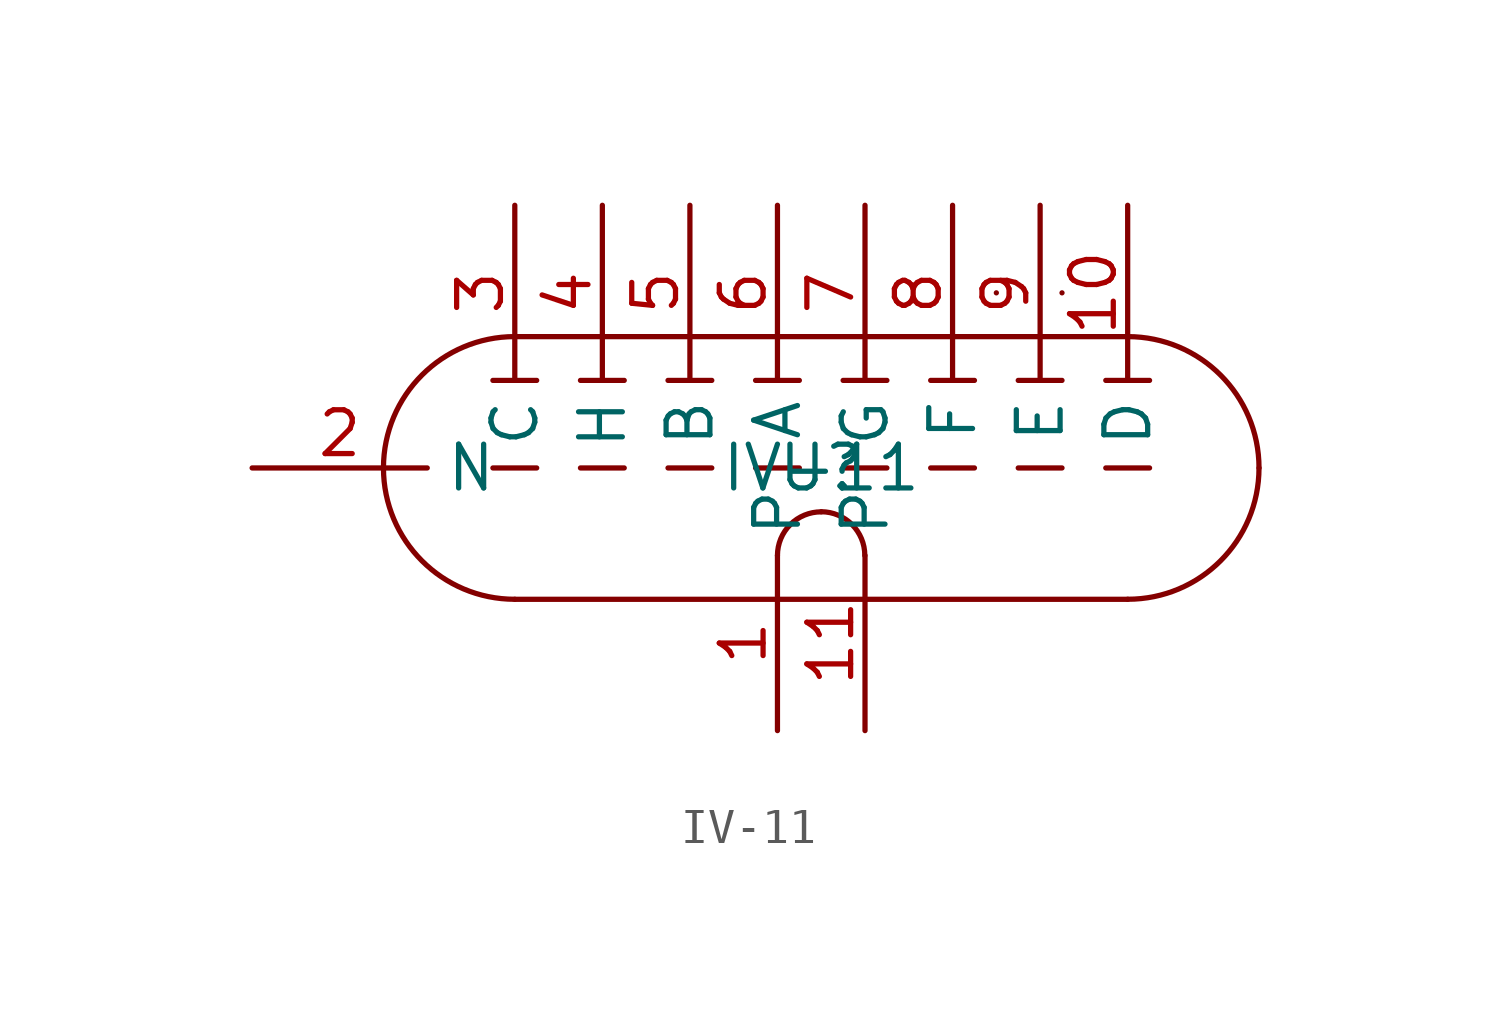
<source format=kicad_sym>
(kicad_symbol_lib
  (version 20220914)
  (generator kicad_symbol_editor)
  (symbol "IV-11"
    (property "Reference" "U"
      (at 3.81 -5.08 0)
      (effects (font (size 1.27 1.27))))
    (property "Value" "IV-11"
      (at 3.81 -5.08 0)
      (effects (font (size 1.27 1.27))))
    (symbol "IV-11_0_1"
      (arc (start -8.89 -5.08) (mid -7.7741 -7.7741) (end -5.08 -8.89) (stroke (width 0) (type default)) (fill (type none)))
      (arc (start -5.08 -1.27) (mid -7.7741 -2.3859) (end -8.89 -5.08) (stroke (width 0) (type default)) (fill (type none)))
      (polyline (pts (xy -5.715 -5.08) (xy -4.445 -5.08)) (stroke (width 0) (type default)) (fill (type none)))
      (polyline (pts (xy -5.715 -2.54) (xy -4.445 -2.54)) (stroke (width 0) (type default)) (fill (type none)))
      (polyline (pts (xy -5.08 -8.89) (xy 12.7 -8.89)) (stroke (width 0) (type default)) (fill (type none)))
      (polyline (pts (xy -5.08 -1.27) (xy 12.7 -1.27)) (stroke (width 0) (type default)) (fill (type none)))
      (polyline (pts (xy -3.175 -5.08) (xy -1.905 -5.08)) (stroke (width 0) (type default)) (fill (type none)))
      (polyline (pts (xy -3.175 -2.54) (xy -1.905 -2.54)) (stroke (width 0) (type default)) (fill (type none)))
      (polyline (pts (xy -0.635 -5.08) (xy 0.635 -5.08)) (stroke (width 0) (type default)) (fill (type none)))
      (polyline (pts (xy -0.635 -2.54) (xy 0.635 -2.54)) (stroke (width 0) (type default)) (fill (type none)))
      (polyline (pts (xy 1.905 -5.08) (xy 3.175 -5.08)) (stroke (width 0) (type default)) (fill (type none)))
      (polyline (pts (xy 1.905 -2.54) (xy 3.175 -2.54)) (stroke (width 0) (type default)) (fill (type none)))
      (polyline (pts (xy 4.445 -5.08) (xy 5.715 -5.08)) (stroke (width 0) (type default)) (fill (type none)))
      (polyline (pts (xy 5.715 -2.54) (xy 4.445 -2.54)) (stroke (width 0) (type default)) (fill (type none)))
      (polyline (pts (xy 6.985 -5.08) (xy 8.255 -5.08)) (stroke (width 0) (type default)) (fill (type none)))
      (polyline (pts (xy 6.985 -2.54) (xy 8.255 -2.54)) (stroke (width 0) (type default)) (fill (type none)))
      (polyline (pts (xy 8.89 0) (xy 8.89 0)) (stroke (width 0) (type default)) (fill (type none)))
      (polyline (pts (xy 9.525 -5.08) (xy 10.795 -5.08)) (stroke (width 0) (type default)) (fill (type none)))
      (polyline (pts (xy 9.525 -2.54) (xy 10.795 -2.54)) (stroke (width 0) (type default)) (fill (type none)))
      (polyline (pts (xy 10.795 0) (xy 10.795 0)) (stroke (width 0) (type default)) (fill (type none)))
      (polyline (pts (xy 12.065 -5.08) (xy 13.335 -5.08)) (stroke (width 0) (type default)) (fill (type none)))
      (polyline (pts (xy 12.065 -2.54) (xy 13.335 -2.54)) (stroke (width 0) (type default)) (fill (type none)))
      (arc (start 3.81 -6.35) (mid 2.912 -6.722) (end 2.54 -7.62) (stroke (width 0) (type default)) (fill (type none)))
      (arc (start 5.08 -7.62) (mid 4.708 -6.722) (end 3.81 -6.35) (stroke (width 0) (type default)) (fill (type none)))
      (arc (start 12.7 -8.89) (mid 15.3941 -7.7741) (end 16.51 -5.08) (stroke (width 0) (type default)) (fill (type none)))
      (arc (start 16.51 -5.08) (mid 15.3941 -2.3859) (end 12.7 -1.27) (stroke (width 0) (type default)) (fill (type none))))
    (symbol "IV-11_1_1"
      (pin passive line (at 2.54 -12.7 90) (length 5.08) (name "P" (effects (font (size 1.27 1.27)))) (number "1" (effects (font (size 1.27 1.27)))))
      (pin passive line (at 12.7 2.54 270) (length 5.08) (name "D" (effects (font (size 1.27 1.27)))) (number "10" (effects (font (size 1.27 1.27)))))
      (pin passive line (at 5.08 -12.7 90) (length 5.08) (name "P" (effects (font (size 1.27 1.27)))) (number "11" (effects (font (size 1.27 1.27)))))
      (pin passive line (at -12.7 -5.08 0) (length 5.08) (name "N" (effects (font (size 1.27 1.27)))) (number "2" (effects (font (size 1.27 1.27)))))
      (pin passive line (at -5.08 2.54 270) (length 5.08) (name "C" (effects (font (size 1.27 1.27)))) (number "3" (effects (font (size 1.27 1.27)))))
      (pin passive line (at -2.54 2.54 270) (length 5.08) (name "H" (effects (font (size 1.27 1.27)))) (number "4" (effects (font (size 1.27 1.27)))))
      (pin passive line (at 0 2.54 270) (length 5.08) (name "B" (effects (font (size 1.27 1.27)))) (number "5" (effects (font (size 1.27 1.27)))))
      (pin passive line (at 2.54 2.54 270) (length 5.08) (name "A" (effects (font (size 1.27 1.27)))) (number "6" (effects (font (size 1.27 1.27)))))
      (pin passive line (at 5.08 2.54 270) (length 5.08) (name "G" (effects (font (size 1.27 1.27)))) (number "7" (effects (font (size 1.27 1.27)))))
      (pin passive line (at 7.62 2.54 270) (length 5.08) (name "F" (effects (font (size 1.27 1.27)))) (number "8" (effects (font (size 1.27 1.27)))))
      (pin passive line (at 10.16 2.54 270) (length 5.08) (name "E" (effects (font (size 1.27 1.27)))) (number "9" (effects (font (size 1.27 1.27))))))))
</source>
